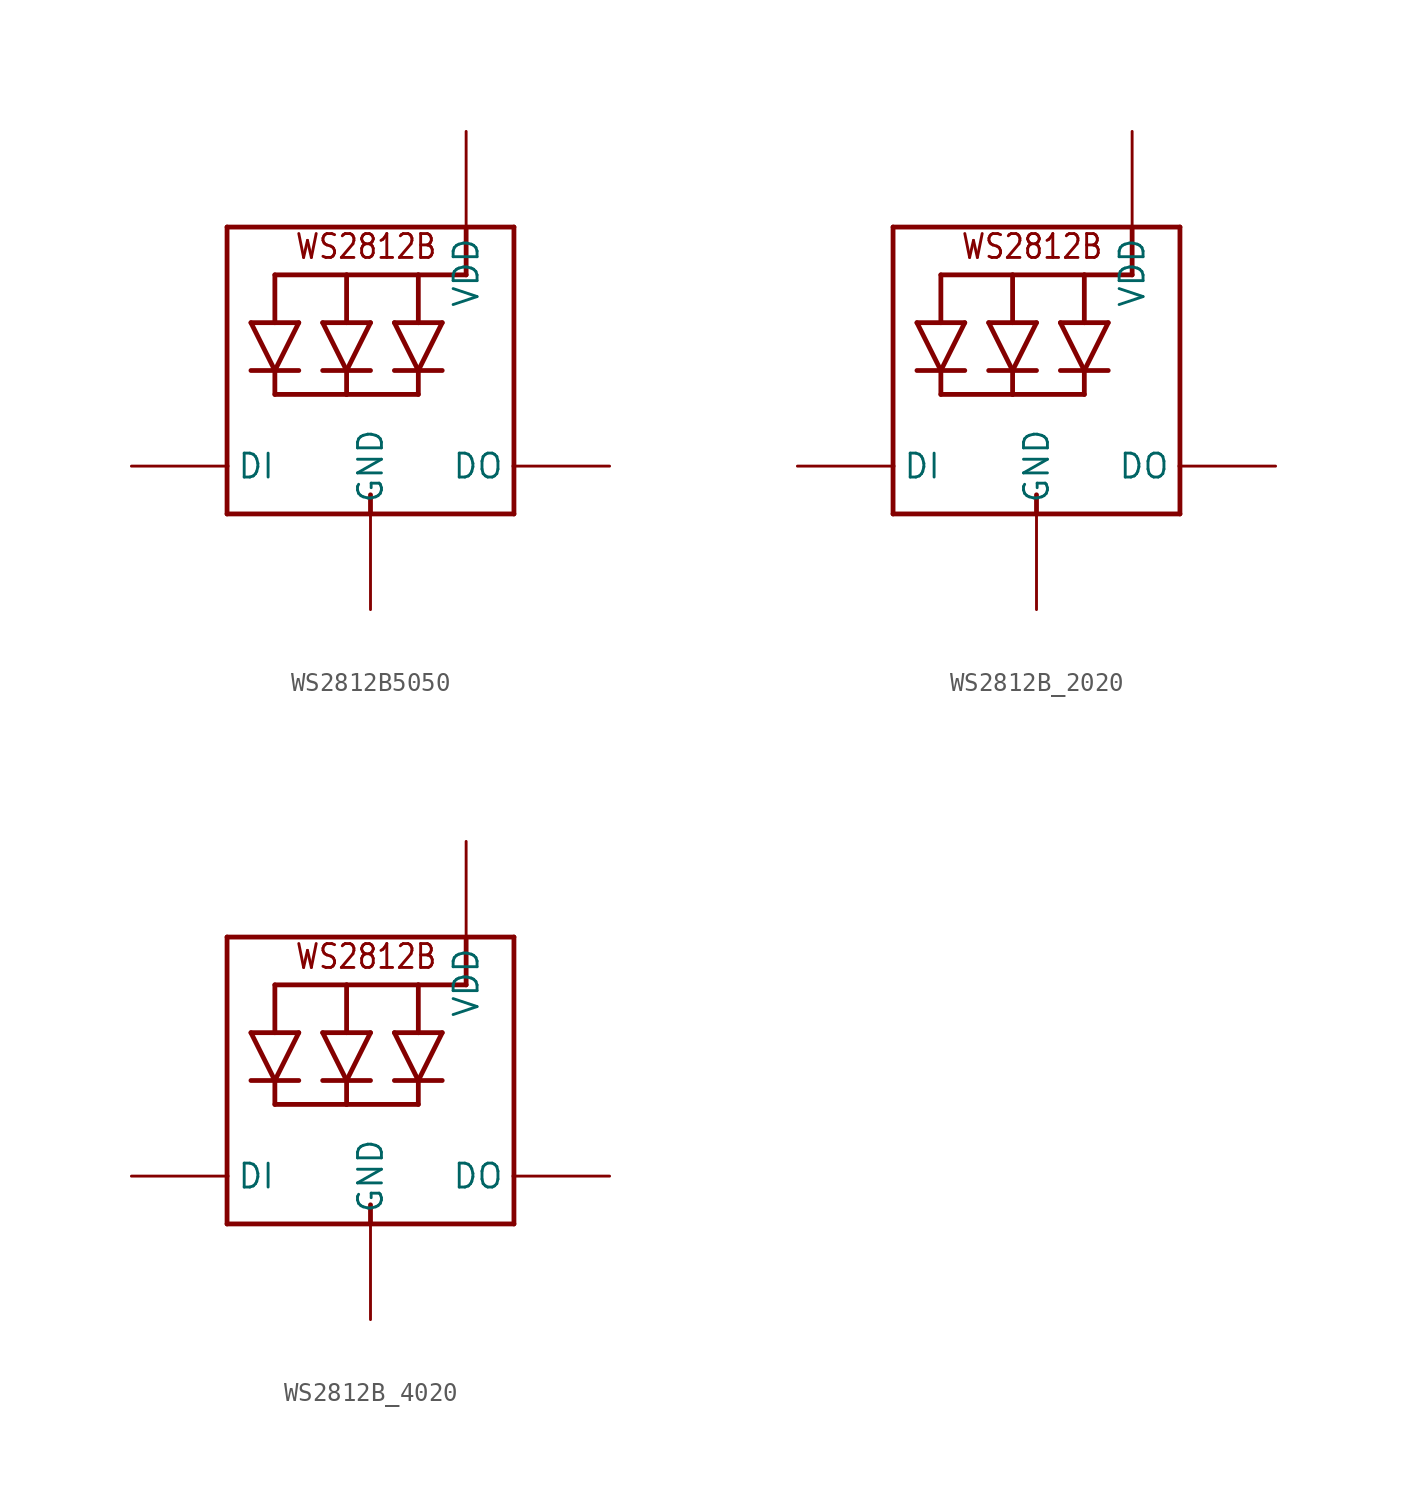
<source format=kicad_sym>
(kicad_symbol_lib
  (version 20211014)
  (generator kicad_symbol_editor)
  (symbol "WS2812B5050"
    (property "Reference" "LED"
      (at 0 0 0)
      (effects (font (size 1.27 1.27)) hide))
    (property "ki_locked" ""
      (at 0 0 0)
      (effects (font (size 1.27 1.27))))
    (symbol "WS2812B5050_1_0"
      (polyline (pts (xy -7.62 -5.08) (xy 0 -5.08)) (stroke (width 0.254) (type default) (color 0 0 0 0)) (fill (type none)))
      (polyline (pts (xy -7.62 -2.54) (xy -7.62 -5.08)) (stroke (width 0.254) (type default) (color 0 0 0 0)) (fill (type none)))
      (polyline (pts (xy -7.62 10.16) (xy -7.62 -2.54)) (stroke (width 0.254) (type default) (color 0 0 0 0)) (fill (type none)))
      (polyline (pts (xy -6.35 2.54) (xy -5.08 2.54)) (stroke (width 0.254) (type default) (color 0 0 0 0)) (fill (type none)))
      (polyline (pts (xy -6.35 5.08) (xy -5.08 5.08)) (stroke (width 0.254) (type default) (color 0 0 0 0)) (fill (type none)))
      (polyline (pts (xy -5.08 2.54) (xy -6.35 5.08)) (stroke (width 0.254) (type default) (color 0 0 0 0)) (fill (type none)))
      (polyline (pts (xy -5.08 2.54) (xy -5.08 1.27)) (stroke (width 0.254) (type default) (color 0 0 0 0)) (fill (type none)))
      (polyline (pts (xy -5.08 2.54) (xy -3.81 5.08)) (stroke (width 0.254) (type default) (color 0 0 0 0)) (fill (type none)))
      (polyline (pts (xy -5.08 5.08) (xy -3.81 5.08)) (stroke (width 0.254) (type default) (color 0 0 0 0)) (fill (type none)))
      (polyline (pts (xy -5.08 7.62) (xy -5.08 5.08)) (stroke (width 0.254) (type default) (color 0 0 0 0)) (fill (type none)))
      (polyline (pts (xy -3.81 2.54) (xy -5.08 2.54)) (stroke (width 0.254) (type default) (color 0 0 0 0)) (fill (type none)))
      (polyline (pts (xy -2.54 2.54) (xy -1.27 2.54)) (stroke (width 0.254) (type default) (color 0 0 0 0)) (fill (type none)))
      (polyline (pts (xy -2.54 5.08) (xy 0 5.08)) (stroke (width 0.254) (type default) (color 0 0 0 0)) (fill (type none)))
      (polyline (pts (xy -1.27 1.27) (xy -5.08 1.27)) (stroke (width 0.254) (type default) (color 0 0 0 0)) (fill (type none)))
      (polyline (pts (xy -1.27 2.54) (xy -2.54 5.08)) (stroke (width 0.254) (type default) (color 0 0 0 0)) (fill (type none)))
      (polyline (pts (xy -1.27 2.54) (xy -1.27 1.27)) (stroke (width 0.254) (type default) (color 0 0 0 0)) (fill (type none)))
      (polyline (pts (xy -1.27 2.54) (xy 0 2.54)) (stroke (width 0.254) (type default) (color 0 0 0 0)) (fill (type none)))
      (polyline (pts (xy -1.27 5.08) (xy -1.27 7.62)) (stroke (width 0.254) (type default) (color 0 0 0 0)) (fill (type none)))
      (polyline (pts (xy -1.27 7.62) (xy -5.08 7.62)) (stroke (width 0.254) (type default) (color 0 0 0 0)) (fill (type none)))
      (polyline (pts (xy 0 -5.08) (xy 7.62 -5.08)) (stroke (width 0.254) (type default) (color 0 0 0 0)) (fill (type none)))
      (polyline (pts (xy 0 -4.064) (xy 0 -5.08)) (stroke (width 0.254) (type default) (color 0 0 0 0)) (fill (type none)))
      (polyline (pts (xy 0 5.08) (xy -1.27 2.54)) (stroke (width 0.254) (type default) (color 0 0 0 0)) (fill (type none)))
      (polyline (pts (xy 1.27 5.08) (xy 2.54 2.54)) (stroke (width 0.254) (type default) (color 0 0 0 0)) (fill (type none)))
      (polyline (pts (xy 1.27 5.08) (xy 2.54 5.08)) (stroke (width 0.254) (type default) (color 0 0 0 0)) (fill (type none)))
      (polyline (pts (xy 2.54 1.27) (xy -1.27 1.27)) (stroke (width 0.254) (type default) (color 0 0 0 0)) (fill (type none)))
      (polyline (pts (xy 2.54 2.54) (xy 1.27 2.54)) (stroke (width 0.254) (type default) (color 0 0 0 0)) (fill (type none)))
      (polyline (pts (xy 2.54 2.54) (xy 2.54 1.27)) (stroke (width 0.254) (type default) (color 0 0 0 0)) (fill (type none)))
      (polyline (pts (xy 2.54 2.54) (xy 3.81 2.54)) (stroke (width 0.254) (type default) (color 0 0 0 0)) (fill (type none)))
      (polyline (pts (xy 2.54 2.54) (xy 3.81 5.08)) (stroke (width 0.254) (type default) (color 0 0 0 0)) (fill (type none)))
      (polyline (pts (xy 2.54 5.08) (xy 2.54 7.62)) (stroke (width 0.254) (type default) (color 0 0 0 0)) (fill (type none)))
      (polyline (pts (xy 2.54 7.62) (xy -1.27 7.62)) (stroke (width 0.254) (type default) (color 0 0 0 0)) (fill (type none)))
      (polyline (pts (xy 2.54 7.62) (xy 5.08 7.62)) (stroke (width 0.254) (type default) (color 0 0 0 0)) (fill (type none)))
      (polyline (pts (xy 3.81 5.08) (xy 2.54 5.08)) (stroke (width 0.254) (type default) (color 0 0 0 0)) (fill (type none)))
      (polyline (pts (xy 5.08 10.16) (xy -7.62 10.16)) (stroke (width 0.254) (type default) (color 0 0 0 0)) (fill (type none)))
      (polyline (pts (xy 5.08 10.16) (xy 5.08 7.62)) (stroke (width 0.254) (type default) (color 0 0 0 0)) (fill (type none)))
      (polyline (pts (xy 7.62 -5.08) (xy 7.62 -2.54)) (stroke (width 0.254) (type default) (color 0 0 0 0)) (fill (type none)))
      (polyline (pts (xy 7.62 -2.54) (xy 7.62 10.16)) (stroke (width 0.254) (type default) (color 0 0 0 0)) (fill (type none)))
      (polyline (pts (xy 7.62 10.16) (xy 5.08 10.16)) (stroke (width 0.254) (type default) (color 0 0 0 0)) (fill (type none)))
      (text "WS2812B" (at -4.064 8.382 0) (effects (font (size 1.27 1.079)) (justify left bottom)))
      (pin power_in line (at 5.08 15.24 270) (length 5.08) (name "VDD" (effects (font (size 1.27 1.27)))) (number "1-VDD" (effects (font (size 0 0)))))
      (pin output line (at 12.7 -2.54 180) (length 5.08) (name "DO" (effects (font (size 1.27 1.27)))) (number "2-DOUT" (effects (font (size 0 0)))))
      (pin power_in line (at 0 -10.16 90) (length 5.08) (name "GND" (effects (font (size 1.27 1.27)))) (number "3-GND" (effects (font (size 0 0)))))
      (pin input line (at -12.7 -2.54 0) (length 5.08) (name "DI" (effects (font (size 1.27 1.27)))) (number "4-DIN" (effects (font (size 0 0)))))))
  (symbol "WS2812B_2020"
    (property "Reference" "LED"
      (at 0 0 0)
      (effects (font (size 1.27 1.27)) hide))
    (property "ki_locked" ""
      (at 0 0 0)
      (effects (font (size 1.27 1.27))))
    (symbol "WS2812B_2020_1_0"
      (polyline (pts (xy -7.62 -5.08) (xy 0 -5.08)) (stroke (width 0.254) (type default) (color 0 0 0 0)) (fill (type none)))
      (polyline (pts (xy -7.62 -2.54) (xy -7.62 -5.08)) (stroke (width 0.254) (type default) (color 0 0 0 0)) (fill (type none)))
      (polyline (pts (xy -7.62 10.16) (xy -7.62 -2.54)) (stroke (width 0.254) (type default) (color 0 0 0 0)) (fill (type none)))
      (polyline (pts (xy -6.35 2.54) (xy -5.08 2.54)) (stroke (width 0.254) (type default) (color 0 0 0 0)) (fill (type none)))
      (polyline (pts (xy -6.35 5.08) (xy -5.08 5.08)) (stroke (width 0.254) (type default) (color 0 0 0 0)) (fill (type none)))
      (polyline (pts (xy -5.08 2.54) (xy -6.35 5.08)) (stroke (width 0.254) (type default) (color 0 0 0 0)) (fill (type none)))
      (polyline (pts (xy -5.08 2.54) (xy -5.08 1.27)) (stroke (width 0.254) (type default) (color 0 0 0 0)) (fill (type none)))
      (polyline (pts (xy -5.08 2.54) (xy -3.81 5.08)) (stroke (width 0.254) (type default) (color 0 0 0 0)) (fill (type none)))
      (polyline (pts (xy -5.08 5.08) (xy -3.81 5.08)) (stroke (width 0.254) (type default) (color 0 0 0 0)) (fill (type none)))
      (polyline (pts (xy -5.08 7.62) (xy -5.08 5.08)) (stroke (width 0.254) (type default) (color 0 0 0 0)) (fill (type none)))
      (polyline (pts (xy -3.81 2.54) (xy -5.08 2.54)) (stroke (width 0.254) (type default) (color 0 0 0 0)) (fill (type none)))
      (polyline (pts (xy -2.54 2.54) (xy -1.27 2.54)) (stroke (width 0.254) (type default) (color 0 0 0 0)) (fill (type none)))
      (polyline (pts (xy -2.54 5.08) (xy 0 5.08)) (stroke (width 0.254) (type default) (color 0 0 0 0)) (fill (type none)))
      (polyline (pts (xy -1.27 1.27) (xy -5.08 1.27)) (stroke (width 0.254) (type default) (color 0 0 0 0)) (fill (type none)))
      (polyline (pts (xy -1.27 2.54) (xy -2.54 5.08)) (stroke (width 0.254) (type default) (color 0 0 0 0)) (fill (type none)))
      (polyline (pts (xy -1.27 2.54) (xy -1.27 1.27)) (stroke (width 0.254) (type default) (color 0 0 0 0)) (fill (type none)))
      (polyline (pts (xy -1.27 2.54) (xy 0 2.54)) (stroke (width 0.254) (type default) (color 0 0 0 0)) (fill (type none)))
      (polyline (pts (xy -1.27 5.08) (xy -1.27 7.62)) (stroke (width 0.254) (type default) (color 0 0 0 0)) (fill (type none)))
      (polyline (pts (xy -1.27 7.62) (xy -5.08 7.62)) (stroke (width 0.254) (type default) (color 0 0 0 0)) (fill (type none)))
      (polyline (pts (xy 0 -5.08) (xy 7.62 -5.08)) (stroke (width 0.254) (type default) (color 0 0 0 0)) (fill (type none)))
      (polyline (pts (xy 0 -4.064) (xy 0 -5.08)) (stroke (width 0.254) (type default) (color 0 0 0 0)) (fill (type none)))
      (polyline (pts (xy 0 5.08) (xy -1.27 2.54)) (stroke (width 0.254) (type default) (color 0 0 0 0)) (fill (type none)))
      (polyline (pts (xy 1.27 5.08) (xy 2.54 2.54)) (stroke (width 0.254) (type default) (color 0 0 0 0)) (fill (type none)))
      (polyline (pts (xy 1.27 5.08) (xy 2.54 5.08)) (stroke (width 0.254) (type default) (color 0 0 0 0)) (fill (type none)))
      (polyline (pts (xy 2.54 1.27) (xy -1.27 1.27)) (stroke (width 0.254) (type default) (color 0 0 0 0)) (fill (type none)))
      (polyline (pts (xy 2.54 2.54) (xy 1.27 2.54)) (stroke (width 0.254) (type default) (color 0 0 0 0)) (fill (type none)))
      (polyline (pts (xy 2.54 2.54) (xy 2.54 1.27)) (stroke (width 0.254) (type default) (color 0 0 0 0)) (fill (type none)))
      (polyline (pts (xy 2.54 2.54) (xy 3.81 2.54)) (stroke (width 0.254) (type default) (color 0 0 0 0)) (fill (type none)))
      (polyline (pts (xy 2.54 2.54) (xy 3.81 5.08)) (stroke (width 0.254) (type default) (color 0 0 0 0)) (fill (type none)))
      (polyline (pts (xy 2.54 5.08) (xy 2.54 7.62)) (stroke (width 0.254) (type default) (color 0 0 0 0)) (fill (type none)))
      (polyline (pts (xy 2.54 7.62) (xy -1.27 7.62)) (stroke (width 0.254) (type default) (color 0 0 0 0)) (fill (type none)))
      (polyline (pts (xy 2.54 7.62) (xy 5.08 7.62)) (stroke (width 0.254) (type default) (color 0 0 0 0)) (fill (type none)))
      (polyline (pts (xy 3.81 5.08) (xy 2.54 5.08)) (stroke (width 0.254) (type default) (color 0 0 0 0)) (fill (type none)))
      (polyline (pts (xy 5.08 10.16) (xy -7.62 10.16)) (stroke (width 0.254) (type default) (color 0 0 0 0)) (fill (type none)))
      (polyline (pts (xy 5.08 10.16) (xy 5.08 7.62)) (stroke (width 0.254) (type default) (color 0 0 0 0)) (fill (type none)))
      (polyline (pts (xy 7.62 -5.08) (xy 7.62 -2.54)) (stroke (width 0.254) (type default) (color 0 0 0 0)) (fill (type none)))
      (polyline (pts (xy 7.62 -2.54) (xy 7.62 10.16)) (stroke (width 0.254) (type default) (color 0 0 0 0)) (fill (type none)))
      (polyline (pts (xy 7.62 10.16) (xy 5.08 10.16)) (stroke (width 0.254) (type default) (color 0 0 0 0)) (fill (type none)))
      (text "WS2812B" (at -4.064 8.382 0) (effects (font (size 1.27 1.079)) (justify left bottom)))
      (pin output line (at 12.7 -2.54 180) (length 5.08) (name "DO" (effects (font (size 1.27 1.27)))) (number "1" (effects (font (size 0 0)))))
      (pin power_in line (at 0 -10.16 90) (length 5.08) (name "GND" (effects (font (size 1.27 1.27)))) (number "2" (effects (font (size 0 0)))))
      (pin input line (at -12.7 -2.54 0) (length 5.08) (name "DI" (effects (font (size 1.27 1.27)))) (number "3" (effects (font (size 0 0)))))
      (pin power_in line (at 5.08 15.24 270) (length 5.08) (name "VDD" (effects (font (size 1.27 1.27)))) (number "4" (effects (font (size 0 0)))))))
  (symbol "WS2812B_4020"
    (property "Reference" "LED"
      (at 0 0 0)
      (effects (font (size 1.27 1.27)) hide))
    (property "ki_locked" ""
      (at 0 0 0)
      (effects (font (size 1.27 1.27))))
    (symbol "WS2812B_4020_1_0"
      (polyline (pts (xy -7.62 -5.08) (xy 0 -5.08)) (stroke (width 0.254) (type default) (color 0 0 0 0)) (fill (type none)))
      (polyline (pts (xy -7.62 -2.54) (xy -7.62 -5.08)) (stroke (width 0.254) (type default) (color 0 0 0 0)) (fill (type none)))
      (polyline (pts (xy -7.62 10.16) (xy -7.62 -2.54)) (stroke (width 0.254) (type default) (color 0 0 0 0)) (fill (type none)))
      (polyline (pts (xy -6.35 2.54) (xy -5.08 2.54)) (stroke (width 0.254) (type default) (color 0 0 0 0)) (fill (type none)))
      (polyline (pts (xy -6.35 5.08) (xy -5.08 5.08)) (stroke (width 0.254) (type default) (color 0 0 0 0)) (fill (type none)))
      (polyline (pts (xy -5.08 2.54) (xy -6.35 5.08)) (stroke (width 0.254) (type default) (color 0 0 0 0)) (fill (type none)))
      (polyline (pts (xy -5.08 2.54) (xy -5.08 1.27)) (stroke (width 0.254) (type default) (color 0 0 0 0)) (fill (type none)))
      (polyline (pts (xy -5.08 2.54) (xy -3.81 5.08)) (stroke (width 0.254) (type default) (color 0 0 0 0)) (fill (type none)))
      (polyline (pts (xy -5.08 5.08) (xy -3.81 5.08)) (stroke (width 0.254) (type default) (color 0 0 0 0)) (fill (type none)))
      (polyline (pts (xy -5.08 7.62) (xy -5.08 5.08)) (stroke (width 0.254) (type default) (color 0 0 0 0)) (fill (type none)))
      (polyline (pts (xy -3.81 2.54) (xy -5.08 2.54)) (stroke (width 0.254) (type default) (color 0 0 0 0)) (fill (type none)))
      (polyline (pts (xy -2.54 2.54) (xy -1.27 2.54)) (stroke (width 0.254) (type default) (color 0 0 0 0)) (fill (type none)))
      (polyline (pts (xy -2.54 5.08) (xy 0 5.08)) (stroke (width 0.254) (type default) (color 0 0 0 0)) (fill (type none)))
      (polyline (pts (xy -1.27 1.27) (xy -5.08 1.27)) (stroke (width 0.254) (type default) (color 0 0 0 0)) (fill (type none)))
      (polyline (pts (xy -1.27 2.54) (xy -2.54 5.08)) (stroke (width 0.254) (type default) (color 0 0 0 0)) (fill (type none)))
      (polyline (pts (xy -1.27 2.54) (xy -1.27 1.27)) (stroke (width 0.254) (type default) (color 0 0 0 0)) (fill (type none)))
      (polyline (pts (xy -1.27 2.54) (xy 0 2.54)) (stroke (width 0.254) (type default) (color 0 0 0 0)) (fill (type none)))
      (polyline (pts (xy -1.27 5.08) (xy -1.27 7.62)) (stroke (width 0.254) (type default) (color 0 0 0 0)) (fill (type none)))
      (polyline (pts (xy -1.27 7.62) (xy -5.08 7.62)) (stroke (width 0.254) (type default) (color 0 0 0 0)) (fill (type none)))
      (polyline (pts (xy 0 -5.08) (xy 7.62 -5.08)) (stroke (width 0.254) (type default) (color 0 0 0 0)) (fill (type none)))
      (polyline (pts (xy 0 -4.064) (xy 0 -5.08)) (stroke (width 0.254) (type default) (color 0 0 0 0)) (fill (type none)))
      (polyline (pts (xy 0 5.08) (xy -1.27 2.54)) (stroke (width 0.254) (type default) (color 0 0 0 0)) (fill (type none)))
      (polyline (pts (xy 1.27 5.08) (xy 2.54 2.54)) (stroke (width 0.254) (type default) (color 0 0 0 0)) (fill (type none)))
      (polyline (pts (xy 1.27 5.08) (xy 2.54 5.08)) (stroke (width 0.254) (type default) (color 0 0 0 0)) (fill (type none)))
      (polyline (pts (xy 2.54 1.27) (xy -1.27 1.27)) (stroke (width 0.254) (type default) (color 0 0 0 0)) (fill (type none)))
      (polyline (pts (xy 2.54 2.54) (xy 1.27 2.54)) (stroke (width 0.254) (type default) (color 0 0 0 0)) (fill (type none)))
      (polyline (pts (xy 2.54 2.54) (xy 2.54 1.27)) (stroke (width 0.254) (type default) (color 0 0 0 0)) (fill (type none)))
      (polyline (pts (xy 2.54 2.54) (xy 3.81 2.54)) (stroke (width 0.254) (type default) (color 0 0 0 0)) (fill (type none)))
      (polyline (pts (xy 2.54 2.54) (xy 3.81 5.08)) (stroke (width 0.254) (type default) (color 0 0 0 0)) (fill (type none)))
      (polyline (pts (xy 2.54 5.08) (xy 2.54 7.62)) (stroke (width 0.254) (type default) (color 0 0 0 0)) (fill (type none)))
      (polyline (pts (xy 2.54 7.62) (xy -1.27 7.62)) (stroke (width 0.254) (type default) (color 0 0 0 0)) (fill (type none)))
      (polyline (pts (xy 2.54 7.62) (xy 5.08 7.62)) (stroke (width 0.254) (type default) (color 0 0 0 0)) (fill (type none)))
      (polyline (pts (xy 3.81 5.08) (xy 2.54 5.08)) (stroke (width 0.254) (type default) (color 0 0 0 0)) (fill (type none)))
      (polyline (pts (xy 5.08 10.16) (xy -7.62 10.16)) (stroke (width 0.254) (type default) (color 0 0 0 0)) (fill (type none)))
      (polyline (pts (xy 5.08 10.16) (xy 5.08 7.62)) (stroke (width 0.254) (type default) (color 0 0 0 0)) (fill (type none)))
      (polyline (pts (xy 7.62 -5.08) (xy 7.62 -2.54)) (stroke (width 0.254) (type default) (color 0 0 0 0)) (fill (type none)))
      (polyline (pts (xy 7.62 -2.54) (xy 7.62 10.16)) (stroke (width 0.254) (type default) (color 0 0 0 0)) (fill (type none)))
      (polyline (pts (xy 7.62 10.16) (xy 5.08 10.16)) (stroke (width 0.254) (type default) (color 0 0 0 0)) (fill (type none)))
      (text "WS2812B" (at -4.064 8.382 0) (effects (font (size 1.27 1.079)) (justify left bottom)))
      (pin input line (at -12.7 -2.54 0) (length 5.08) (name "DI" (effects (font (size 1.27 1.27)))) (number "1" (effects (font (size 0 0)))))
      (pin power_in line (at 5.08 15.24 270) (length 5.08) (name "VDD" (effects (font (size 1.27 1.27)))) (number "2" (effects (font (size 0 0)))))
      (pin output line (at 12.7 -2.54 180) (length 5.08) (name "DO" (effects (font (size 1.27 1.27)))) (number "3" (effects (font (size 0 0)))))
      (pin power_in line (at 0 -10.16 90) (length 5.08) (name "GND" (effects (font (size 1.27 1.27)))) (number "4" (effects (font (size 0 0))))))))
</source>
